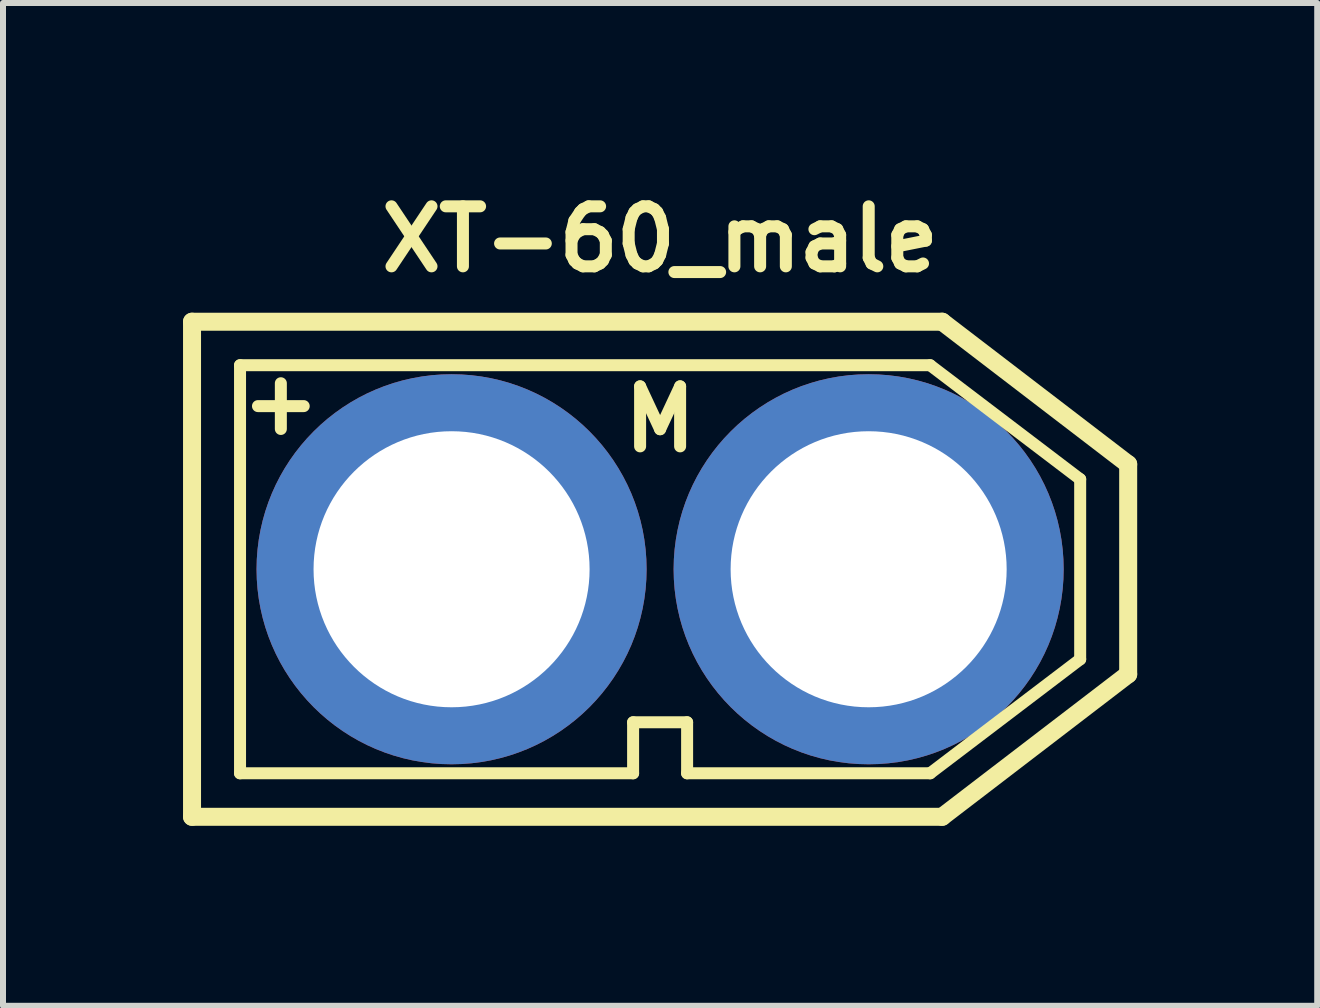
<source format=kicad_pcb>
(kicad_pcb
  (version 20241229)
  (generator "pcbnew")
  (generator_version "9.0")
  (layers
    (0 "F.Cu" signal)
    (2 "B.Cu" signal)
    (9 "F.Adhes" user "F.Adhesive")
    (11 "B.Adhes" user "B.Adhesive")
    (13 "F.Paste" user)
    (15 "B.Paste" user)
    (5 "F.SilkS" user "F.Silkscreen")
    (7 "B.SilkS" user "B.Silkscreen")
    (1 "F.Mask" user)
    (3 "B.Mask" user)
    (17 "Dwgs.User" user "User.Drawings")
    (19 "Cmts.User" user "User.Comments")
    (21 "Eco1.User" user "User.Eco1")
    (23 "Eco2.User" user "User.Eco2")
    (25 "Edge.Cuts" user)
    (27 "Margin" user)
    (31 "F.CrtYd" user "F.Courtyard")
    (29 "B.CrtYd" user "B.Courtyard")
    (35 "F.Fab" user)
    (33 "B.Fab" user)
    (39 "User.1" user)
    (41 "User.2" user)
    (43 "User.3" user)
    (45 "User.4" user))
  (footprint "XT-60_male"
    (layer "F.Cu")
    (at 7.95 6.436)
    (property "Reference" "XT-60_male" (at 0 -5.5 0) (layer "F.SilkS") (effects (font (size 1 1) (thickness 0.2))))
    (attr through_hole)
    (fp_line (start -7.8 -4.125) (end -7.8 4.125) (stroke (width 0.3) (type solid)) (layer "F.SilkS"))
    (fp_line (start -7.8 -4.125) (end 4.7 -4.125) (stroke (width 0.3) (type solid)) (layer "F.SilkS"))
    (fp_line (start -7.8 4.125) (end 4.7 4.125) (stroke (width 0.3) (type solid)) (layer "F.SilkS"))
    (fp_line (start -7 -3.4) (end -7 3.4) (stroke (width 0.2) (type solid)) (layer "F.SilkS"))
    (fp_line (start -7 -3.4) (end 4.5 -3.4) (stroke (width 0.2) (type solid)) (layer "F.SilkS"))
    (fp_line (start -7 3.4) (end -0.45 3.4) (stroke (width 0.2) (type solid)) (layer "F.SilkS"))
    (fp_line (start -0.45 2.55) (end -0.45 3.4) (stroke (width 0.2) (type solid)) (layer "F.SilkS"))
    (fp_line (start -0.45 2.55) (end 0.45 2.55) (stroke (width 0.2) (type solid)) (layer "F.SilkS"))
    (fp_line (start 0.45 2.55) (end 0.45 3.4) (stroke (width 0.2) (type solid)) (layer "F.SilkS"))
    (fp_line (start 0.45 3.4) (end 4.5 3.4) (stroke (width 0.2) (type solid)) (layer "F.SilkS"))
    (fp_line (start 4.5 -3.4) (end 7 -1.5) (stroke (width 0.2) (type solid)) (layer "F.SilkS"))
    (fp_line (start 4.5 3.4) (end 7 1.5) (stroke (width 0.2) (type solid)) (layer "F.SilkS"))
    (fp_line (start 4.7 -4.125) (end 7.8 -1.75) (stroke (width 0.3) (type solid)) (layer "F.SilkS"))
    (fp_line (start 4.7 4.125) (end 7.8 1.75) (stroke (width 0.3) (type solid)) (layer "F.SilkS"))
    (fp_line (start 7 -1.5) (end 7 1.5) (stroke (width 0.2) (type solid)) (layer "F.SilkS"))
    (fp_line (start 7.8 -1.75) (end 7.8 1.75) (stroke (width 0.3) (type solid)) (layer "F.SilkS"))
    (fp_text user "+" (at -6.32 -2.79 0) (layer "F.SilkS") (effects (font (size 1 1) (thickness 0.2))))
    (fp_text user "M" (at 0 -2.5 0) (layer "F.SilkS") (effects (font (size 1 1) (thickness 0.2))))
    (pad "1" thru_hole circle (at 3.475 0) (size 6.5 6.5) (drill 4.6) (layers "*.Cu" "*.Mask"))
    (pad "2" thru_hole circle (at -3.475 0) (size 6.5 6.5) (drill 4.6) (layers "*.Cu" "*.Mask")))
  (gr_rect
    (start -3 -3)
    (end 18.9 13.711)
    (stroke (width 0.1) (type default))
    (fill no)
    (layer "Edge.Cuts")))
</source>
